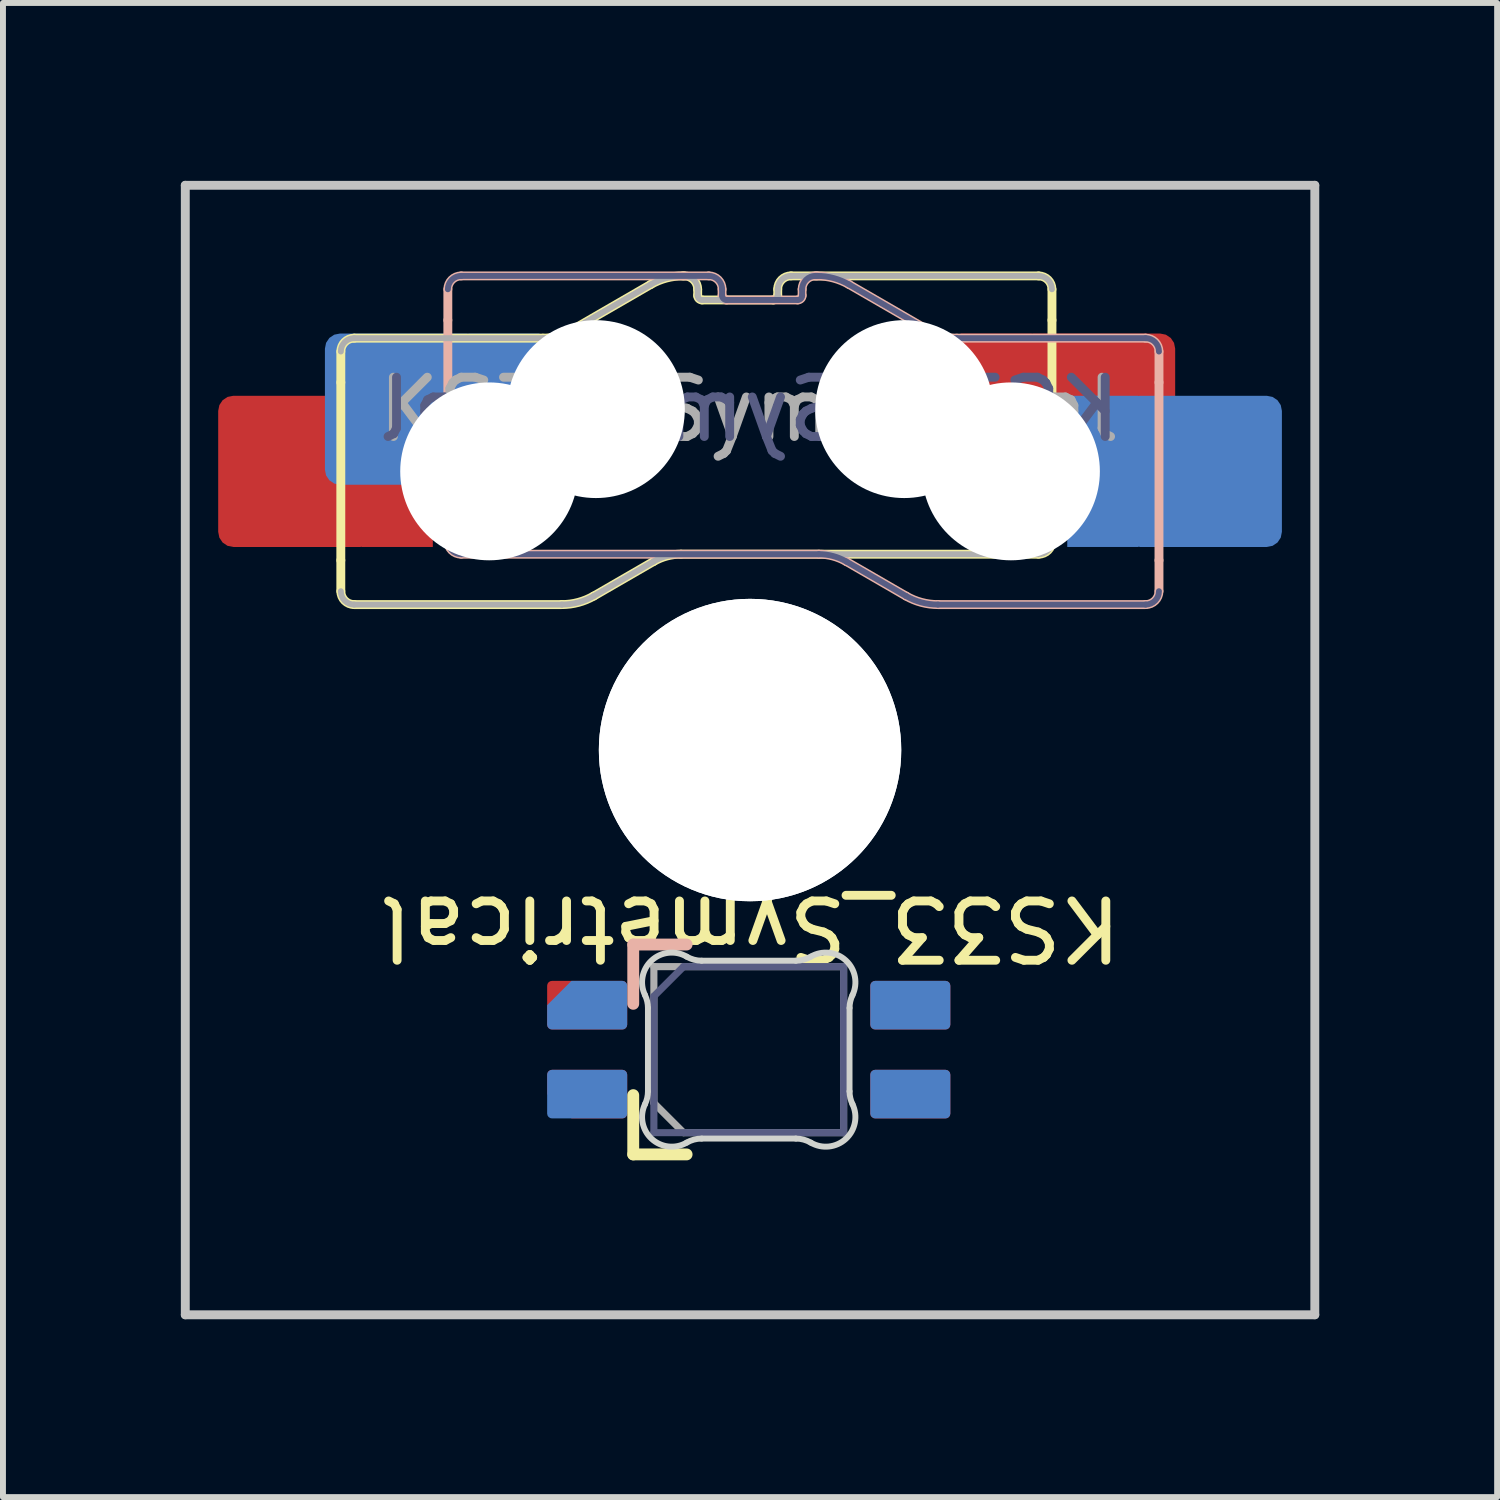
<source format=kicad_pcb>
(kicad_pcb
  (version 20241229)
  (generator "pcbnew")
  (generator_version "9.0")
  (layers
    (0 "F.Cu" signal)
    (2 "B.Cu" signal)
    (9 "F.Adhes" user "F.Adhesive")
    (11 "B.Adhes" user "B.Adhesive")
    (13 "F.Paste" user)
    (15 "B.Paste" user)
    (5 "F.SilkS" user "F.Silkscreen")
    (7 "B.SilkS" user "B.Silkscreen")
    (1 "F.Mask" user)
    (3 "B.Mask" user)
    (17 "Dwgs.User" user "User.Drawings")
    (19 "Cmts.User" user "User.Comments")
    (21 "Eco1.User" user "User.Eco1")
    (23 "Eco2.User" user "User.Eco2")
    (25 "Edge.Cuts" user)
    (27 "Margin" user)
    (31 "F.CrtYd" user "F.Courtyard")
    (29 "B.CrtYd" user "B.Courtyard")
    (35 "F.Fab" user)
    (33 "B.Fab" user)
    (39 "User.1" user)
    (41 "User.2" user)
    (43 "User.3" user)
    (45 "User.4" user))
  (footprint "KS33_Symetrical"
    (layer "F.Cu")
    (at 9.6 9.6)
    (property "Reference" "KS33_Symetrical" (at 0 3 180) (unlocked yes) (layer "F.SilkS") (effects (font (size 1 1) (thickness 0.15))))
    (attr through_hole)
    (fp_line (start -6.902 -6.722) (end -6.902 -6.2) (stroke (width 0.15) (type solid)) (layer "F.SilkS"))
    (fp_line (start -6.902 -3.2) (end -6.902 -6.2) (stroke (width 0.15) (type solid)) (layer "F.SilkS"))
    (fp_line (start -6.902 -2.678) (end -6.902 -3.2) (stroke (width 0.15) (type solid)) (layer "F.SilkS"))
    (fp_line (start -6.677 -6.947) (end -3.491 -6.947) (stroke (width 0.15) (type solid)) (layer "F.SilkS"))
    (fp_line (start -3.174 -2.453) (end -6.677 -2.453) (stroke (width 0.15) (type solid)) (layer "F.SilkS"))
    (fp_line (start -3.028 -7.07) (end -1.674 -7.853) (stroke (width 0.15) (type solid)) (layer "F.SilkS"))
    (fp_line (start -1.97 5.82) (end -1.97 6.82) (stroke (width 0.2) (type solid)) (layer "F.SilkS"))
    (fp_line (start -1.97 6.82) (end -1.07 6.82) (stroke (width 0.2) (type solid)) (layer "F.SilkS"))
    (fp_line (start -1.628 -3.18) (end -2.636 -2.597) (stroke (width 0.15) (type solid)) (layer "F.SilkS"))
    (fp_line (start -1.136 -7.997) (end -1.108 -7.997) (stroke (width 0.15) (type solid)) (layer "F.SilkS"))
    (fp_line (start -0.883 -7.772) (end -0.883 -7.666) (stroke (width 0.15) (type solid)) (layer "F.SilkS"))
    (fp_line (start -0.808 -7.591) (end 0.392 -7.591) (stroke (width 0.15) (type solid)) (layer "F.SilkS"))
    (fp_line (start 0.467 -7.666) (end 0.467 -7.772) (stroke (width 0.15) (type solid)) (layer "F.SilkS"))
    (fp_line (start 0.692 -7.997) (end 4.867 -7.997) (stroke (width 0.15) (type solid)) (layer "F.SilkS"))
    (fp_line (start 4.867 -3.303) (end -1.166 -3.303) (stroke (width 0.15) (type solid)) (layer "F.SilkS"))
    (fp_line (start 5.092 -7.772) (end 5.092 -7.25) (stroke (width 0.15) (type solid)) (layer "F.SilkS"))
    (fp_line (start 5.092 -7.25) (end 5.092 -4.25) (stroke (width 0.15) (type solid)) (layer "F.SilkS"))
    (fp_line (start 5.092 -3.528) (end 5.092 -4.25) (stroke (width 0.15) (type solid)) (layer "F.SilkS"))
    (fp_arc (start -6.901509 -6.721538) (mid -6.835605 -6.880605) (end -6.676538 -6.946509) (stroke (width 0.15) (type solid)) (layer "F.SilkS"))
    (fp_arc (start -6.676525 -2.453491) (mid -6.835601 -2.51939) (end -6.901509 -2.678462) (stroke (width 0.15) (type solid)) (layer "F.SilkS"))
    (fp_arc (start -3.028183 -7.070426) (mid -3.251257 -6.978023) (end -3.490647 -6.946509) (stroke (width 0.15) (type solid)) (layer "F.SilkS"))
    (fp_arc (start -2.63642 -2.597493) (mid -2.895649 -2.490109) (end -3.173841 -2.453491) (stroke (width 0.15) (type solid)) (layer "F.SilkS"))
    (fp_arc (start -1.67358 -7.852507) (mid -1.414348 -7.959882) (end -1.136159 -7.996509) (stroke (width 0.15) (type solid)) (layer "F.SilkS"))
    (fp_arc (start -1.628227 -3.179574) (mid -1.405151 -3.271972) (end -1.165763 -3.303491) (stroke (width 0.15) (type solid)) (layer "F.SilkS"))
    (fp_arc (start -1.108483 -7.996509) (mid -0.949383 -7.930609) (end -0.883483 -7.771509) (stroke (width 0.15) (type solid)) (layer "F.SilkS"))
    (fp_arc (start -0.808483 -7.591366) (mid -0.861532 -7.613317) (end -0.883483 -7.666366) (stroke (width 0.15) (type solid)) (layer "F.SilkS"))
    (fp_arc (start 0.466517 -7.772359) (mid 0.532421 -7.931461) (end 0.691525 -7.997359) (stroke (width 0.15) (type solid)) (layer "F.SilkS"))
    (fp_arc (start 0.466517 -7.666366) (mid 0.44455 -7.613333) (end 0.391517 -7.591366) (stroke (width 0.15) (type solid)) (layer "F.SilkS"))
    (fp_arc (start 4.866547 -7.996509) (mid 5.025611 -7.930605) (end 5.091509 -7.771538) (stroke (width 0.15) (type solid)) (layer "F.SilkS"))
    (fp_arc (start 5.091509 -3.528462) (mid 5.025608 -3.369392) (end 4.866538 -3.303491) (stroke (width 0.15) (type solid)) (layer "F.SilkS"))
    (fp_line (start -5.097 -7.25) (end -5.097 -7.772) (stroke (width 0.15) (type solid)) (layer "B.SilkS"))
    (fp_line (start -5.097 -3.528) (end -5.097 -7.25) (stroke (width 0.15) (type solid)) (layer "B.SilkS"))
    (fp_line (start -4.872 -7.997) (end -0.697 -7.997) (stroke (width 0.15) (type solid)) (layer "B.SilkS"))
    (fp_line (start -1.97 3.28) (end -1.07 3.28) (stroke (width 0.2) (type solid)) (layer "B.SilkS"))
    (fp_line (start -1.97 4.28) (end -1.97 3.28) (stroke (width 0.2) (type solid)) (layer "B.SilkS"))
    (fp_line (start -0.472 -7.772) (end -0.472 -7.666) (stroke (width 0.15) (type solid)) (layer "B.SilkS"))
    (fp_line (start -0.397 -7.591) (end 0.803 -7.591) (stroke (width 0.15) (type solid)) (layer "B.SilkS"))
    (fp_line (start 0.878 -7.666) (end 0.878 -7.772) (stroke (width 0.15) (type solid)) (layer "B.SilkS"))
    (fp_line (start 1.103 -7.997) (end 1.131 -7.997) (stroke (width 0.15) (type solid)) (layer "B.SilkS"))
    (fp_line (start 1.161 -3.303) (end -4.872 -3.303) (stroke (width 0.15) (type solid)) (layer "B.SilkS"))
    (fp_line (start 1.669 -7.853) (end 3.023 -7.07) (stroke (width 0.15) (type solid)) (layer "B.SilkS"))
    (fp_line (start 2.631 -2.597) (end 1.623 -3.18) (stroke (width 0.15) (type solid)) (layer "B.SilkS"))
    (fp_line (start 3.486 -6.947) (end 6.672 -6.947) (stroke (width 0.15) (type solid)) (layer "B.SilkS"))
    (fp_line (start 6.672 -2.453) (end 3.169 -2.453) (stroke (width 0.15) (type solid)) (layer "B.SilkS"))
    (fp_line (start 6.897 -6.2) (end 6.897 -6.722) (stroke (width 0.15) (type solid)) (layer "B.SilkS"))
    (fp_line (start 6.897 -6.2) (end 6.897 -3.2) (stroke (width 0.15) (type solid)) (layer "B.SilkS"))
    (fp_line (start 6.897 -3.2) (end 6.897 -2.678) (stroke (width 0.15) (type solid)) (layer "B.SilkS"))
    (fp_arc (start -5.096509 -7.771538) (mid -5.030609 -7.930602) (end -4.871547 -7.996509) (stroke (width 0.15) (type solid)) (layer "B.SilkS"))
    (fp_arc (start -4.871538 -3.303491) (mid -5.030605 -3.369395) (end -5.096509 -3.528462) (stroke (width 0.15) (type solid)) (layer "B.SilkS"))
    (fp_arc (start -0.696525 -7.997359) (mid -0.537424 -7.931464) (end -0.471517 -7.772359) (stroke (width 0.15) (type solid)) (layer "B.SilkS"))
    (fp_arc (start -0.396517 -7.591366) (mid -0.449551 -7.613337) (end -0.471517 -7.666366) (stroke (width 0.15) (type solid)) (layer "B.SilkS"))
    (fp_arc (start 0.878483 -7.771509) (mid 0.944386 -7.930608) (end 1.103483 -7.996509) (stroke (width 0.15) (type solid)) (layer "B.SilkS"))
    (fp_arc (start 0.878483 -7.666366) (mid 0.856538 -7.613296) (end 0.803483 -7.591366) (stroke (width 0.15) (type solid)) (layer "B.SilkS"))
    (fp_arc (start 1.131159 -7.996509) (mid 1.409344 -7.959872) (end 1.66858 -7.852507) (stroke (width 0.15) (type solid)) (layer "B.SilkS"))
    (fp_arc (start 1.160763 -3.303491) (mid 1.400147 -3.271962) (end 1.623227 -3.179574) (stroke (width 0.15) (type solid)) (layer "B.SilkS"))
    (fp_arc (start 3.168841 -2.453491) (mid 2.890651 -2.490113) (end 2.63142 -2.597493) (stroke (width 0.15) (type solid)) (layer "B.SilkS"))
    (fp_arc (start 3.485647 -6.946509) (mid 3.246254 -6.978015) (end 3.023183 -7.070426) (stroke (width 0.15) (type solid)) (layer "B.SilkS"))
    (fp_arc (start 6.671538 -6.946509) (mid 6.830605 -6.880605) (end 6.896509 -6.721538) (stroke (width 0.15) (type solid)) (layer "B.SilkS"))
    (fp_arc (start 6.896509 -2.678462) (mid 6.830601 -2.51939) (end 6.671525 -2.453491) (stroke (width 0.15) (type solid)) (layer "B.SilkS"))
    (fp_line (start -9.525 -9.525) (end 9.525 -9.525) (stroke (width 0.15) (type solid)) (layer "Dwgs.User"))
    (fp_line (start -9.525 9.525) (end -9.525 -9.525) (stroke (width 0.15) (type solid)) (layer "Dwgs.User"))
    (fp_line (start 9.525 -9.525) (end 9.525 9.525) (stroke (width 0.15) (type solid)) (layer "Dwgs.User"))
    (fp_line (start 9.525 9.525) (end -9.525 9.525) (stroke (width 0.15) (type solid)) (layer "Dwgs.User"))
    (fp_line (start -7.005 6.5) (end -7.005 -6.5) (stroke (width 0.1) (type default)) (layer "Eco2.User"))
    (fp_line (start -7 6.5) (end -7 -6.5) (stroke (width 0.1) (type default)) (layer "Eco2.User"))
    (fp_line (start -6.505 -7) (end 6.495 -7) (stroke (width 0.1) (type default)) (layer "Eco2.User"))
    (fp_line (start -6.5 -7) (end 6.5 -7) (stroke (width 0.1) (type default)) (layer "Eco2.User"))
    (fp_line (start 6.495 7) (end -6.505 7) (stroke (width 0.1) (type default)) (layer "Eco2.User"))
    (fp_line (start 6.5 7) (end -6.5 7) (stroke (width 0.1) (type default)) (layer "Eco2.User"))
    (fp_line (start 6.995 -6.5) (end 6.995 6.5) (stroke (width 0.1) (type default)) (layer "Eco2.User"))
    (fp_line (start 7 -6.5) (end 7 6.5) (stroke (width 0.1) (type default)) (layer "Eco2.User"))
    (fp_arc (start -7.005 -6.5) (mid -6.858553 -6.853553) (end -6.505 -7) (stroke (width 0.1) (type default)) (layer "Eco2.User"))
    (fp_arc (start -7 -6.5) (mid -6.853553 -6.853553) (end -6.5 -7) (stroke (width 0.1) (type default)) (layer "Eco2.User"))
    (fp_arc (start -6.505 7) (mid -6.858553 6.853553) (end -7.005 6.5) (stroke (width 0.1) (type default)) (layer "Eco2.User"))
    (fp_arc (start -6.5 7) (mid -6.853553 6.853553) (end -7 6.5) (stroke (width 0.1) (type default)) (layer "Eco2.User"))
    (fp_arc (start 6.495 -7) (mid 6.848553 -6.853553) (end 6.995 -6.5) (stroke (width 0.1) (type default)) (layer "Eco2.User"))
    (fp_arc (start 6.5 -7) (mid 6.853553 -6.853553) (end 7 -6.5) (stroke (width 0.1) (type default)) (layer "Eco2.User"))
    (fp_arc (start 6.995 6.5) (mid 6.848553 6.853553) (end 6.495 7) (stroke (width 0.1) (type default)) (layer "Eco2.User"))
    (fp_arc (start 7 6.5) (mid 6.853553 6.853553) (end 6.5 7) (stroke (width 0.1) (type default)) (layer "Eco2.User"))
    (fp_line (start -1.722 5.756) (end -1.722 4.35) (stroke (width 0.1) (type solid)) (layer "Edge.Cuts"))
    (fp_line (start 0.773 3.553) (end -0.816 3.553) (stroke (width 0.1) (type solid)) (layer "Edge.Cuts"))
    (fp_line (start 0.773 6.553) (end -0.816 6.553) (stroke (width 0.1) (type solid)) (layer "Edge.Cuts"))
    (fp_line (start 1.678 5.756) (end 1.678 4.35) (stroke (width 0.1) (type solid)) (layer "Edge.Cuts"))
    (fp_arc (start -1.77141 4.133123) (mid -1.734454 4.238775) (end -1.721925 4.350001) (stroke (width 0.1) (type solid)) (layer "Edge.Cuts"))
    (fp_arc (start -1.77141 4.133124) (mid -1.66 3.548806) (end -1.068637 3.484544) (stroke (width 0.1) (type solid)) (layer "Edge.Cuts"))
    (fp_arc (start -1.721925 5.755686) (mid -1.734454 5.866911) (end -1.77141 5.972563) (stroke (width 0.1) (type solid)) (layer "Edge.Cuts"))
    (fp_arc (start -1.068637 6.621142) (mid -1.659997 6.556877) (end -1.77141 5.972562) (stroke (width 0.1) (type solid)) (layer "Edge.Cuts"))
    (fp_arc (start -1.068637 6.621142) (mid -0.947049 6.570219) (end -0.816378 6.552843) (stroke (width 0.1) (type solid)) (layer "Edge.Cuts"))
    (fp_arc (start -0.816378 3.552843) (mid -0.947049 3.535466) (end -1.068637 3.484544) (stroke (width 0.1) (type solid)) (layer "Edge.Cuts"))
    (fp_arc (start 0.772527 6.552843) (mid 0.903197 6.57022) (end 1.024785 6.621142) (stroke (width 0.1) (type solid)) (layer "Edge.Cuts"))
    (fp_arc (start 1.024785 3.484544) (mid 0.903197 3.535465) (end 0.772527 3.552843) (stroke (width 0.1) (type solid)) (layer "Edge.Cuts"))
    (fp_arc (start 1.024785 3.484546) (mid 1.616148 3.548809) (end 1.727558 4.133123) (stroke (width 0.1) (type solid)) (layer "Edge.Cuts"))
    (fp_arc (start 1.678073 4.350001) (mid 1.690601 4.238775) (end 1.727558 4.133123) (stroke (width 0.1) (type solid)) (layer "Edge.Cuts"))
    (fp_arc (start 1.727558 5.972563) (mid 1.616145 6.556875) (end 1.024785 6.621142) (stroke (width 0.1) (type solid)) (layer "Edge.Cuts"))
    (fp_arc (start 1.727558 5.972563) (mid 1.690589 5.866914) (end 1.678073 5.755686) (stroke (width 0.1) (type solid)) (layer "Edge.Cuts"))
    (fp_line (start -4.872 -7.997) (end -0.697 -7.997) (stroke (width 0.1) (type solid)) (layer "B.Fab"))
    (fp_line (start -1.622 4.153) (end -1.622 6.453) (stroke (width 0.12) (type solid)) (layer "B.Fab"))
    (fp_line (start -1.622 4.153) (end -1.122 3.653) (stroke (width 0.12) (type solid)) (layer "B.Fab"))
    (fp_line (start -1.622 6.453) (end 1.578 6.453) (stroke (width 0.12) (type solid)) (layer "B.Fab"))
    (fp_line (start -0.472 -7.772) (end -0.472 -7.666) (stroke (width 0.1) (type solid)) (layer "B.Fab"))
    (fp_line (start -0.397 -7.591) (end 0.803 -7.591) (stroke (width 0.1) (type solid)) (layer "B.Fab"))
    (fp_line (start 0.878 -7.666) (end 0.878 -7.772) (stroke (width 0.1) (type solid)) (layer "B.Fab"))
    (fp_line (start 1.103 -7.997) (end 1.131 -7.997) (stroke (width 0.1) (type solid)) (layer "B.Fab"))
    (fp_line (start 1.161 -3.303) (end -4.872 -3.303) (stroke (width 0.1) (type solid)) (layer "B.Fab"))
    (fp_line (start 1.578 3.653) (end -1.122 3.653) (stroke (width 0.12) (type solid)) (layer "B.Fab"))
    (fp_line (start 1.578 6.453) (end 1.578 3.653) (stroke (width 0.12) (type solid)) (layer "B.Fab"))
    (fp_line (start 1.669 -7.853) (end 3.023 -7.07) (stroke (width 0.1) (type solid)) (layer "B.Fab"))
    (fp_line (start 2.631 -2.597) (end 1.623 -3.18) (stroke (width 0.1) (type solid)) (layer "B.Fab"))
    (fp_line (start 3.486 -6.947) (end 6.672 -6.947) (stroke (width 0.1) (type solid)) (layer "B.Fab"))
    (fp_line (start 6.672 -2.453) (end 3.169 -2.453) (stroke (width 0.1) (type solid)) (layer "B.Fab"))
    (fp_arc (start -5.096509 -7.771538) (mid -5.030609 -7.930602) (end -4.871547 -7.996509) (stroke (width 0.1) (type solid)) (layer "B.Fab"))
    (fp_arc (start -4.871538 -3.303491) (mid -5.030605 -3.369395) (end -5.096509 -3.528462) (stroke (width 0.1) (type solid)) (layer "B.Fab"))
    (fp_arc (start -0.696525 -7.997359) (mid -0.537424 -7.931464) (end -0.471517 -7.772359) (stroke (width 0.1) (type solid)) (layer "B.Fab"))
    (fp_arc (start -0.396517 -7.591366) (mid -0.449551 -7.613337) (end -0.471517 -7.666366) (stroke (width 0.1) (type solid)) (layer "B.Fab"))
    (fp_arc (start 0.878483 -7.771509) (mid 0.944386 -7.930608) (end 1.103483 -7.996509) (stroke (width 0.1) (type solid)) (layer "B.Fab"))
    (fp_arc (start 0.878483 -7.666366) (mid 0.856538 -7.613296) (end 0.803483 -7.591366) (stroke (width 0.1) (type solid)) (layer "B.Fab"))
    (fp_arc (start 1.131159 -7.996509) (mid 1.409344 -7.959872) (end 1.66858 -7.852507) (stroke (width 0.1) (type solid)) (layer "B.Fab"))
    (fp_arc (start 1.160763 -3.303491) (mid 1.400147 -3.271962) (end 1.623227 -3.179574) (stroke (width 0.1) (type solid)) (layer "B.Fab"))
    (fp_arc (start 3.168841 -2.453491) (mid 2.890651 -2.490113) (end 2.63142 -2.597493) (stroke (width 0.1) (type solid)) (layer "B.Fab"))
    (fp_arc (start 3.485647 -6.946509) (mid 3.246254 -6.978015) (end 3.023183 -7.070426) (stroke (width 0.1) (type solid)) (layer "B.Fab"))
    (fp_arc (start 6.671538 -6.946509) (mid 6.830605 -6.880605) (end 6.896509 -6.721538) (stroke (width 0.1) (type solid)) (layer "B.Fab"))
    (fp_arc (start 6.896509 -2.678462) (mid 6.830601 -2.51939) (end 6.671525 -2.453491) (stroke (width 0.1) (type solid)) (layer "B.Fab"))
    (fp_line (start -6.677 -6.947) (end -3.491 -6.947) (stroke (width 0.1) (type solid)) (layer "F.Fab"))
    (fp_line (start -3.174 -2.453) (end -6.677 -2.453) (stroke (width 0.1) (type solid)) (layer "F.Fab"))
    (fp_line (start -3.028 -7.07) (end -1.674 -7.853) (stroke (width 0.1) (type solid)) (layer "F.Fab"))
    (fp_line (start -1.628 -3.18) (end -2.636 -2.597) (stroke (width 0.1) (type solid)) (layer "F.Fab"))
    (fp_line (start -1.622 3.653) (end 1.578 3.653) (stroke (width 0.12) (type solid)) (layer "F.Fab"))
    (fp_line (start -1.622 5.953) (end -1.622 3.653) (stroke (width 0.12) (type solid)) (layer "F.Fab"))
    (fp_line (start -1.622 5.953) (end -1.122 6.453) (stroke (width 0.12) (type solid)) (layer "F.Fab"))
    (fp_line (start -1.136 -7.997) (end -1.108 -7.997) (stroke (width 0.1) (type solid)) (layer "F.Fab"))
    (fp_line (start -0.883 -7.772) (end -0.883 -7.666) (stroke (width 0.1) (type solid)) (layer "F.Fab"))
    (fp_line (start -0.808 -7.591) (end 0.392 -7.591) (stroke (width 0.1) (type solid)) (layer "F.Fab"))
    (fp_line (start 0.467 -7.666) (end 0.467 -7.772) (stroke (width 0.1) (type solid)) (layer "F.Fab"))
    (fp_line (start 0.692 -7.997) (end 4.867 -7.997) (stroke (width 0.1) (type solid)) (layer "F.Fab"))
    (fp_line (start 1.578 3.653) (end 1.578 6.453) (stroke (width 0.12) (type solid)) (layer "F.Fab"))
    (fp_line (start 1.578 6.453) (end -1.122 6.453) (stroke (width 0.12) (type solid)) (layer "F.Fab"))
    (fp_line (start 4.867 -3.303) (end -1.166 -3.303) (stroke (width 0.1) (type solid)) (layer "F.Fab"))
    (fp_arc (start -6.901509 -6.721538) (mid -6.835605 -6.880605) (end -6.676538 -6.946509) (stroke (width 0.1) (type solid)) (layer "F.Fab"))
    (fp_arc (start -6.676525 -2.453491) (mid -6.835601 -2.51939) (end -6.901509 -2.678462) (stroke (width 0.1) (type solid)) (layer "F.Fab"))
    (fp_arc (start -3.028183 -7.070426) (mid -3.251257 -6.978023) (end -3.490647 -6.946509) (stroke (width 0.1) (type solid)) (layer "F.Fab"))
    (fp_arc (start -2.63642 -2.597493) (mid -2.895649 -2.490109) (end -3.173841 -2.453491) (stroke (width 0.1) (type solid)) (layer "F.Fab"))
    (fp_arc (start -1.67358 -7.852507) (mid -1.414348 -7.959882) (end -1.136159 -7.996509) (stroke (width 0.1) (type solid)) (layer "F.Fab"))
    (fp_arc (start -1.628227 -3.179574) (mid -1.405151 -3.271972) (end -1.165763 -3.303491) (stroke (width 0.1) (type solid)) (layer "F.Fab"))
    (fp_arc (start -1.108483 -7.996509) (mid -0.949383 -7.930609) (end -0.883483 -7.771509) (stroke (width 0.1) (type solid)) (layer "F.Fab"))
    (fp_arc (start -0.808483 -7.591366) (mid -0.861532 -7.613317) (end -0.883483 -7.666366) (stroke (width 0.1) (type solid)) (layer "F.Fab"))
    (fp_arc (start 0.466517 -7.772359) (mid 0.532421 -7.931461) (end 0.691525 -7.997359) (stroke (width 0.1) (type solid)) (layer "F.Fab"))
    (fp_arc (start 0.466517 -7.666366) (mid 0.44455 -7.613333) (end 0.391517 -7.591366) (stroke (width 0.1) (type solid)) (layer "F.Fab"))
    (fp_arc (start 4.866547 -7.996509) (mid 5.025611 -7.930605) (end 5.091509 -7.771538) (stroke (width 0.1) (type solid)) (layer "F.Fab"))
    (fp_arc (start 5.091509 -3.528462) (mid 5.025608 -3.369392) (end 4.866538 -3.303491) (stroke (width 0.1) (type solid)) (layer "F.Fab"))
    (fp_text user "${REFERENCE}" (at -0.01 -5.743 180) (layer "B.Fab") (effects (font (size 1 1) (thickness 0.15)) (justify mirror)))
    (fp_text user "${REFERENCE}" (at -0.015 -5.743 180) (layer "F.Fab") (effects (font (size 1 1) (thickness 0.15))))
    (pad "" np_thru_hole circle (at -4.4 -4.7 180) (size 3 3) (drill 3) (layers "*.Cu" "*.Mask"))
    (pad "" np_thru_hole circle (at -2.6 -5.75 180) (size 3 3) (drill 3) (layers "*.Cu" "*.Mask"))
    (pad "" np_thru_hole circle (at 0 0) (size 5.1 5.1) (drill 5.1) (layers "*.Cu" "*.Mask"))
    (pad "" np_thru_hole circle (at 0 0) (size 5.1 5.1) (drill 5.1) (layers "*.Cu" "*.Mask"))
    (pad "" np_thru_hole circle (at 2.6 -5.75 180) (size 3 3) (drill 3) (layers "*.Cu" "*.Mask"))
    (pad "" np_thru_hole circle (at 4.4 -4.7 180) (size 3 3) (drill 3) (layers "*.Cu" "*.Mask"))
    (pad "1" smd roundrect (at 2.703 4.303 90) (size 0.82 1.35) (layers "B.Cu" "B.Mask" "B.Paste") (roundrect_rratio 0.1))
    (pad "1" smd roundrect (at 2.703 5.803 90) (size 0.82 1.35) (layers "F.Cu" "F.Mask" "F.Paste") (roundrect_rratio 0.1))
    (pad "2" smd roundrect (at -2.747 4.303 90) (size 0.82 1.35) (layers "B.Cu" "B.Mask" "B.Paste") (roundrect_rratio 0.1) (chamfer_ratio 0.5) (chamfer top_right))
    (pad "2" smd roundrect (at -2.747 5.803 90) (size 0.82 1.35) (layers "F.Cu" "F.Mask" "F.Paste") (roundrect_rratio 0.1) (chamfer_ratio 0.5) (chamfer top_left))
    (pad "3" smd roundrect (at -2.747 4.303 90) (size 0.82 1.35) (layers "F.Cu" "F.Mask" "F.Paste") (roundrect_rratio 0.1))
    (pad "3" smd roundrect (at -2.747 5.803 90) (size 0.82 1.35) (layers "B.Cu" "B.Mask" "B.Paste") (roundrect_rratio 0.1))
    (pad "4" smd roundrect (at 2.703 4.303 90) (size 0.82 1.35) (layers "F.Cu" "F.Mask" "F.Paste") (roundrect_rratio 0.1))
    (pad "4" smd roundrect (at 2.703 5.803 90) (size 0.82 1.35) (layers "B.Cu" "B.Mask" "B.Paste") (roundrect_rratio 0.1))
    (pad "5" smd roundrect (at -5.845 -5.75 180) (size 2.65 2.55) (layers "B.Cu" "B.Mask" "B.Paste") (roundrect_rratio 0.1))
    (pad "5" smd rect (at -4.15 -5.75) (size 1.2 2.55) (layers "B.Cu" "B.Mask" "B.Paste"))
    (pad "5" smd rect (at 4.15 -5.75) (size 1.2 2.55) (layers "F.Cu" "F.Mask" "F.Paste"))
    (pad "5" smd roundrect (at 5.845 -5.75 180) (size 2.65 2.55) (layers "F.Cu" "F.Mask" "F.Paste") (roundrect_rratio 0.1))
    (pad "6" smd roundrect (at -7.645 -4.7 180) (size 2.65 2.55) (layers "F.Cu" "F.Mask" "F.Paste") (roundrect_rratio 0.1))
    (pad "6" smd rect (at -5.95 -4.7 180) (size 1.2 2.55) (layers "F.Cu" "F.Mask" "F.Paste"))
    (pad "6" smd rect (at 5.95 -4.7 180) (size 1.2 2.55) (layers "B.Cu" "B.Mask" "B.Paste"))
    (pad "6" smd roundrect (at 7.645 -4.7 180) (size 2.65 2.55) (layers "B.Cu" "B.Mask" "B.Paste") (roundrect_rratio 0.1))
    (zone (net_name "") (layers "F.Cu" "B.Cu") (name "CUTOUT") (hatch edge 0.5) (connect_pads) (min_thickness 0.25) (filled_areas_thickness no) (keepout (tracks not_allowed) (vias not_allowed) (pads not_allowed) (copperpour not_allowed) (footprints allowed)) (placement (enabled no)) (fill) (polygon (pts (xy 7.7 12.95) (xy 7.708 16.349) (xy 11.6 16.35) (xy 11.618 12.959) (xy 8.62 12.95)))))
  (gr_rect
    (start -3 -3)
    (end 22.2 22.2)
    (stroke (width 0.1) (type default))
    (fill no)
    (layer "Edge.Cuts")))
</source>
